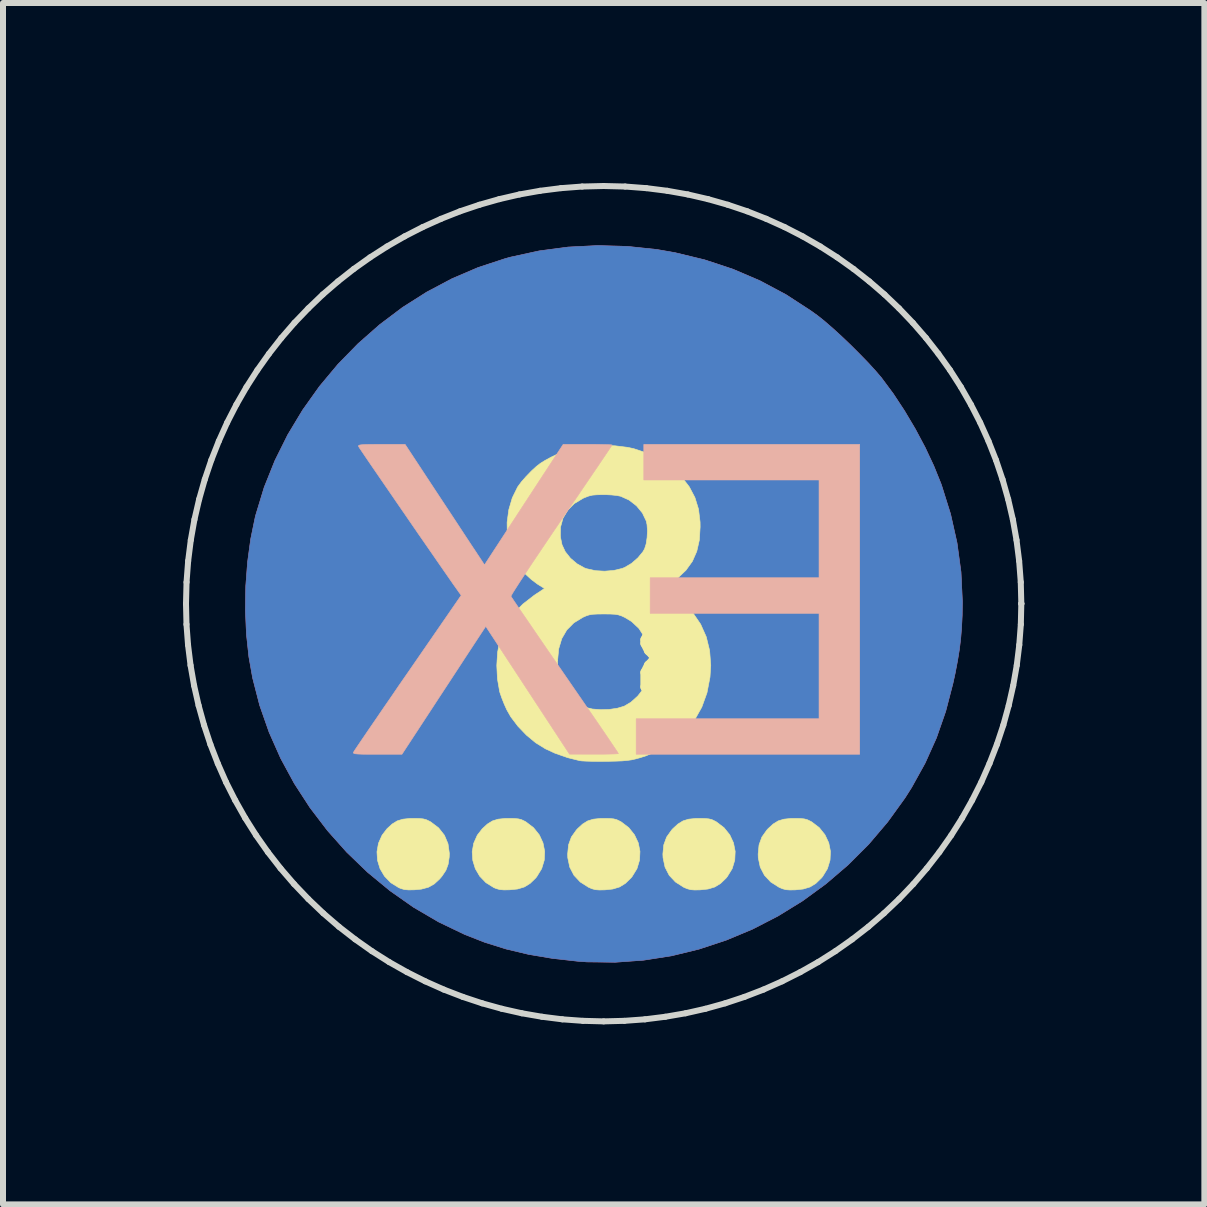
<source format=kicad_pcb>
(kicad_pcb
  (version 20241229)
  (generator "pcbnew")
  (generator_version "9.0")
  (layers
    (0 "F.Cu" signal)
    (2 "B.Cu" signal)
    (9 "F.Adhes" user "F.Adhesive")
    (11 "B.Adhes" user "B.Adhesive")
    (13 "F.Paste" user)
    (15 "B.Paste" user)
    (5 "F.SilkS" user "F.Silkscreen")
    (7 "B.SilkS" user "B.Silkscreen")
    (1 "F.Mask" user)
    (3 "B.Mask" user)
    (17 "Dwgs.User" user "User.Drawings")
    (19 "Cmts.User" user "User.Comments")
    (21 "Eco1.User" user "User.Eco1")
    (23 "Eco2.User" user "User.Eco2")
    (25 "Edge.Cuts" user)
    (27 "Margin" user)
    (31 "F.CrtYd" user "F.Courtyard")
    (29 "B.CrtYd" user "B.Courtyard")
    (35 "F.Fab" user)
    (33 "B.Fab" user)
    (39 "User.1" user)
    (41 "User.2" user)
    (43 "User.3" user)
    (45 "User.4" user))
  (footprint "8"
    (layer "F.Cu")
    (at 8.061 8.061)
    (property "Reference" "8" (at 0 0 0) (layer "F.SilkS") (effects (font (size 1.27 1.27) (thickness 0.15))))
    (attr through_hole)
    (fp_poly (pts (xy -0.654 -7.004) (xy -0.162 -6.952) (xy 0.141 -6.899) (xy 0.632 -6.78) (xy 1.104 -6.624) (xy 1.555 -6.431) (xy 1.988 -6.2) (xy 2.402 -5.931) (xy 2.517 -5.848) (xy 2.632 -5.756) (xy 2.767 -5.639) (xy 2.914 -5.505) (xy 3.067 -5.359) (xy 3.217 -5.209) (xy 3.358 -5.064) (xy 3.482 -4.928) (xy 3.582 -4.811) (xy 3.586 -4.805) (xy 3.776 -4.549) (xy 3.963 -4.265) (xy 4.143 -3.962) (xy 4.308 -3.652) (xy 4.452 -3.345) (xy 4.57 -3.053) (xy 4.58 -3.026) (xy 4.731 -2.544) (xy 4.839 -2.062) (xy 4.905 -1.577) (xy 4.928 -1.09) (xy 4.925 -0.857) (xy 4.915 -0.654) (xy 4.9 -0.468) (xy 4.878 -0.286) (xy 4.847 -0.096) (xy 4.807 0.113) (xy 4.771 0.278) (xy 4.65 0.744) (xy 4.496 1.186) (xy 4.307 1.607) (xy 4.082 2.013) (xy 3.971 2.188) (xy 3.683 2.587) (xy 3.366 2.96) (xy 3.022 3.304) (xy 2.654 3.619) (xy 2.265 3.903) (xy 1.856 4.155) (xy 1.431 4.374) (xy 0.991 4.558) (xy 0.54 4.707) (xy 0.08 4.819) (xy -0.387 4.892) (xy -0.858 4.926) (xy -1.331 4.92) (xy -1.482 4.909) (xy -1.908 4.861) (xy -2.303 4.794) (xy -2.676 4.705) (xy -3.033 4.593) (xy -3.365 4.463) (xy -3.8 4.254) (xy -4.217 4.01) (xy -4.612 3.733) (xy -4.984 3.426) (xy -5.331 3.092) (xy -5.651 2.733) (xy -5.943 2.35) (xy -6.204 1.948) (xy -6.432 1.528) (xy -6.625 1.093) (xy -6.782 0.645) (xy -6.9 0.187) (xy -6.962 -0.162) (xy -7.003 -0.543) (xy -7.02 -0.94) (xy -7.014 -1.343) (xy -6.984 -1.742) (xy -6.932 -2.126) (xy -6.858 -2.485) (xy -6.847 -2.529) (xy -6.707 -2.989) (xy -6.528 -3.435) (xy -6.314 -3.865) (xy -6.066 -4.277) (xy -5.787 -4.669) (xy -5.479 -5.038) (xy -5.143 -5.382) (xy -4.783 -5.699) (xy -4.401 -5.987) (xy -3.997 -6.243) (xy -3.576 -6.466) (xy -3.139 -6.653) (xy -2.688 -6.801) (xy -2.596 -6.826) (xy -2.124 -6.929) (xy -1.64 -6.993) (xy -1.148 -7.018) (xy -0.654 -7.004)) (stroke (width 0.01) (type solid)) (fill yes) (layer "F.Cu"))
    (fp_poly (pts (xy -0.654 -7.004) (xy -0.162 -6.952) (xy 0.141 -6.899) (xy 0.632 -6.78) (xy 1.104 -6.624) (xy 1.555 -6.431) (xy 1.988 -6.2) (xy 2.402 -5.931) (xy 2.517 -5.848) (xy 2.632 -5.756) (xy 2.767 -5.639) (xy 2.914 -5.505) (xy 3.067 -5.359) (xy 3.217 -5.209) (xy 3.358 -5.064) (xy 3.482 -4.928) (xy 3.582 -4.811) (xy 3.586 -4.805) (xy 3.776 -4.549) (xy 3.963 -4.265) (xy 4.143 -3.962) (xy 4.308 -3.652) (xy 4.452 -3.345) (xy 4.57 -3.053) (xy 4.58 -3.026) (xy 4.731 -2.544) (xy 4.839 -2.062) (xy 4.905 -1.577) (xy 4.928 -1.09) (xy 4.925 -0.857) (xy 4.915 -0.654) (xy 4.9 -0.468) (xy 4.878 -0.286) (xy 4.847 -0.096) (xy 4.807 0.113) (xy 4.771 0.278) (xy 4.65 0.744) (xy 4.496 1.186) (xy 4.307 1.607) (xy 4.082 2.013) (xy 3.971 2.188) (xy 3.683 2.587) (xy 3.366 2.96) (xy 3.022 3.304) (xy 2.654 3.619) (xy 2.265 3.903) (xy 1.856 4.155) (xy 1.431 4.374) (xy 0.991 4.558) (xy 0.54 4.707) (xy 0.08 4.819) (xy -0.387 4.892) (xy -0.858 4.926) (xy -1.331 4.92) (xy -1.482 4.909) (xy -1.908 4.861) (xy -2.303 4.794) (xy -2.676 4.705) (xy -3.033 4.593) (xy -3.365 4.463) (xy -3.8 4.254) (xy -4.217 4.01) (xy -4.612 3.733) (xy -4.984 3.426) (xy -5.331 3.092) (xy -5.651 2.733) (xy -5.943 2.35) (xy -6.204 1.948) (xy -6.432 1.528) (xy -6.625 1.093) (xy -6.782 0.645) (xy -6.9 0.187) (xy -6.962 -0.162) (xy -7.003 -0.543) (xy -7.02 -0.94) (xy -7.014 -1.343) (xy -6.984 -1.742) (xy -6.932 -2.126) (xy -6.858 -2.485) (xy -6.847 -2.529) (xy -6.707 -2.989) (xy -6.528 -3.435) (xy -6.314 -3.865) (xy -6.066 -4.277) (xy -5.787 -4.669) (xy -5.479 -5.038) (xy -5.143 -5.382) (xy -4.783 -5.699) (xy -4.401 -5.987) (xy -3.997 -6.243) (xy -3.576 -6.466) (xy -3.139 -6.653) (xy -2.688 -6.801) (xy -2.596 -6.826) (xy -2.124 -6.929) (xy -1.64 -6.993) (xy -1.148 -7.018) (xy -0.654 -7.004)) (stroke (width 0.01) (type solid)) (fill yes) (layer "B.Cu"))
    (fp_poly (pts (xy -2.539 2.531) (xy -2.472 2.537) (xy -2.42 2.55) (xy -2.37 2.574) (xy -2.346 2.587) (xy -2.219 2.684) (xy -2.123 2.803) (xy -2.061 2.937) (xy -2.033 3.079) (xy -2.04 3.225) (xy -2.083 3.367) (xy -2.164 3.499) (xy -2.184 3.524) (xy -2.276 3.613) (xy -2.372 3.672) (xy -2.485 3.706) (xy -2.614 3.719) (xy -2.711 3.721) (xy -2.782 3.715) (xy -2.842 3.698) (xy -2.879 3.683) (xy -3.012 3.6) (xy -3.116 3.492) (xy -3.189 3.367) (xy -3.231 3.229) (xy -3.241 3.086) (xy -3.216 2.944) (xy -3.156 2.809) (xy -3.073 2.702) (xy -2.987 2.623) (xy -2.903 2.571) (xy -2.809 2.542) (xy -2.69 2.53) (xy -2.635 2.53) (xy -2.539 2.531)) (stroke (width 0.01) (type solid)) (fill yes) (layer "F.SilkS"))
    (fp_poly (pts (xy -4.127 2.531) (xy -4.059 2.537) (xy -4.008 2.55) (xy -3.958 2.574) (xy -3.933 2.587) (xy -3.801 2.687) (xy -3.704 2.81) (xy -3.644 2.952) (xy -3.622 3.111) (xy -3.624 3.173) (xy -3.642 3.294) (xy -3.679 3.394) (xy -3.743 3.49) (xy -3.783 3.538) (xy -3.874 3.622) (xy -3.972 3.677) (xy -4.088 3.708) (xy -4.202 3.719) (xy -4.299 3.721) (xy -4.37 3.715) (xy -4.429 3.698) (xy -4.466 3.683) (xy -4.599 3.6) (xy -4.703 3.492) (xy -4.777 3.367) (xy -4.819 3.229) (xy -4.828 3.086) (xy -4.803 2.944) (xy -4.743 2.809) (xy -4.661 2.702) (xy -4.575 2.623) (xy -4.491 2.571) (xy -4.396 2.542) (xy -4.278 2.53) (xy -4.223 2.53) (xy -4.127 2.531)) (stroke (width 0.01) (type solid)) (fill yes) (layer "F.SilkS"))
    (fp_poly (pts (xy -0.952 2.531) (xy -0.884 2.537) (xy -0.833 2.55) (xy -0.783 2.574) (xy -0.758 2.587) (xy -0.631 2.684) (xy -0.536 2.803) (xy -0.473 2.937) (xy -0.445 3.079) (xy -0.452 3.225) (xy -0.495 3.367) (xy -0.576 3.499) (xy -0.597 3.524) (xy -0.689 3.613) (xy -0.785 3.672) (xy -0.898 3.706) (xy -1.027 3.72) (xy -1.12 3.722) (xy -1.188 3.717) (xy -1.246 3.701) (xy -1.302 3.677) (xy -1.44 3.589) (xy -1.545 3.477) (xy -1.615 3.342) (xy -1.648 3.186) (xy -1.65 3.122) (xy -1.635 2.97) (xy -1.588 2.84) (xy -1.505 2.723) (xy -1.486 2.702) (xy -1.4 2.623) (xy -1.316 2.571) (xy -1.221 2.542) (xy -1.103 2.53) (xy -1.048 2.53) (xy -0.952 2.531)) (stroke (width 0.01) (type solid)) (fill yes) (layer "F.SilkS"))
    (fp_poly (pts (xy 0.636 2.531) (xy 0.703 2.537) (xy 0.755 2.55) (xy 0.805 2.574) (xy 0.829 2.587) (xy 0.956 2.684) (xy 1.052 2.803) (xy 1.114 2.937) (xy 1.142 3.079) (xy 1.135 3.225) (xy 1.092 3.367) (xy 1.011 3.499) (xy 0.991 3.524) (xy 0.899 3.613) (xy 0.803 3.672) (xy 0.69 3.706) (xy 0.561 3.72) (xy 0.467 3.722) (xy 0.4 3.717) (xy 0.342 3.701) (xy 0.285 3.677) (xy 0.147 3.589) (xy 0.042 3.477) (xy -0.027 3.342) (xy -0.06 3.186) (xy -0.063 3.122) (xy -0.048 2.97) (xy -0.000322 2.84) (xy 0.083 2.723) (xy 0.102 2.702) (xy 0.188 2.623) (xy 0.272 2.571) (xy 0.366 2.542) (xy 0.485 2.53) (xy 0.54 2.53) (xy 0.636 2.531)) (stroke (width 0.01) (type solid)) (fill yes) (layer "F.SilkS"))
    (fp_poly (pts (xy 2.223 2.531) (xy 2.291 2.537) (xy 2.342 2.55) (xy 2.392 2.574) (xy 2.417 2.587) (xy 2.544 2.684) (xy 2.639 2.803) (xy 2.702 2.937) (xy 2.73 3.079) (xy 2.723 3.225) (xy 2.68 3.367) (xy 2.599 3.499) (xy 2.578 3.524) (xy 2.486 3.613) (xy 2.39 3.672) (xy 2.277 3.706) (xy 2.148 3.72) (xy 2.055 3.722) (xy 1.987 3.717) (xy 1.929 3.701) (xy 1.873 3.677) (xy 1.735 3.589) (xy 1.63 3.477) (xy 1.56 3.342) (xy 1.527 3.186) (xy 1.525 3.122) (xy 1.54 2.97) (xy 1.587 2.84) (xy 1.67 2.723) (xy 1.689 2.702) (xy 1.775 2.623) (xy 1.859 2.571) (xy 1.954 2.542) (xy 2.072 2.53) (xy 2.127 2.53) (xy 2.223 2.531)) (stroke (width 0.01) (type solid)) (fill yes) (layer "F.SilkS"))
    (fp_poly (pts (xy -0.86 -3.681) (xy -0.649 -3.655) (xy -0.548 -3.633) (xy -0.299 -3.55) (xy -0.075 -3.435) (xy 0.123 -3.289) (xy 0.243 -3.171) (xy 0.376 -2.999) (xy 0.471 -2.819) (xy 0.531 -2.625) (xy 0.557 -2.41) (xy 0.558 -2.328) (xy 0.545 -2.111) (xy 0.502 -1.922) (xy 0.429 -1.756) (xy 0.321 -1.606) (xy 0.176 -1.469) (xy 0.08 -1.397) (xy -0.062 -1.297) (xy 0.065 -1.218) (xy 0.267 -1.07) (xy 0.435 -0.9) (xy 0.566 -0.708) (xy 0.66 -0.497) (xy 0.716 -0.268) (xy 0.735 -0.022) (xy 0.722 0.176) (xy 0.672 0.436) (xy 0.586 0.674) (xy 0.466 0.888) (xy 0.312 1.077) (xy 0.126 1.24) (xy -0.092 1.376) (xy -0.339 1.484) (xy -0.438 1.516) (xy -0.514 1.537) (xy -0.584 1.553) (xy -0.657 1.563) (xy -0.743 1.571) (xy -0.853 1.575) (xy -0.984 1.578) (xy -1.112 1.579) (xy -1.233 1.578) (xy -1.337 1.575) (xy -1.415 1.571) (xy -1.447 1.567) (xy -1.652 1.516) (xy -1.863 1.442) (xy -2.021 1.369) (xy -2.181 1.27) (xy -2.337 1.141) (xy -2.478 0.994) (xy -2.597 0.837) (xy -2.664 0.72) (xy -2.708 0.622) (xy -2.748 0.521) (xy -2.778 0.434) (xy -2.784 0.413) (xy -2.82 0.204) (xy -2.831 -0.019) (xy -2.826 -0.101) (xy -1.818 -0.101) (xy -1.817 -0.02) (xy -1.811 0.082) (xy -1.802 0.157) (xy -1.786 0.218) (xy -1.759 0.283) (xy -1.735 0.33) (xy -1.637 0.478) (xy -1.515 0.592) (xy -1.368 0.672) (xy -1.353 0.678) (xy -1.239 0.706) (xy -1.102 0.717) (xy -0.958 0.713) (xy -0.821 0.693) (xy -0.707 0.659) (xy -0.704 0.657) (xy -0.596 0.593) (xy -0.486 0.494) (xy -0.476 0.483) (xy -0.379 0.357) (xy -0.316 0.222) (xy -0.284 0.07) (xy -0.28 -0.108) (xy -0.281 -0.124) (xy -0.309 -0.322) (xy -0.37 -0.493) (xy -0.462 -0.637) (xy -0.584 -0.752) (xy -0.694 -0.819) (xy -0.752 -0.846) (xy -0.804 -0.863) (xy -0.861 -0.873) (xy -0.936 -0.877) (xy -1.04 -0.878) (xy -1.048 -0.878) (xy -1.155 -0.877) (xy -1.232 -0.873) (xy -1.291 -0.863) (xy -1.343 -0.846) (xy -1.397 -0.822) (xy -1.547 -0.73) (xy -1.664 -0.612) (xy -1.748 -0.468) (xy -1.799 -0.298) (xy -1.818 -0.101) (xy -2.826 -0.101) (xy -2.817 -0.243) (xy -2.777 -0.454) (xy -2.75 -0.545) (xy -2.669 -0.718) (xy -2.55 -0.886) (xy -2.395 -1.044) (xy -2.208 -1.189) (xy -2.183 -1.206) (xy -2.036 -1.303) (xy -2.153 -1.376) (xy -2.253 -1.451) (xy -2.356 -1.545) (xy -2.45 -1.649) (xy -2.525 -1.75) (xy -2.559 -1.81) (xy -2.624 -1.994) (xy -2.652 -2.165) (xy -1.771 -2.165) (xy -1.744 -2.032) (xy -1.69 -1.916) (xy -1.603 -1.807) (xy -1.493 -1.714) (xy -1.369 -1.645) (xy -1.332 -1.632) (xy -1.19 -1.6) (xy -1.034 -1.591) (xy -0.879 -1.604) (xy -0.741 -1.637) (xy -0.697 -1.655) (xy -0.584 -1.722) (xy -0.48 -1.813) (xy -0.397 -1.913) (xy -0.368 -1.963) (xy -0.342 -2.045) (xy -0.326 -2.151) (xy -0.32 -2.264) (xy -0.327 -2.367) (xy -0.34 -2.427) (xy -0.404 -2.561) (xy -0.502 -2.68) (xy -0.625 -2.776) (xy -0.764 -2.839) (xy -0.771 -2.841) (xy -0.832 -2.853) (xy -0.919 -2.862) (xy -1.018 -2.867) (xy -1.058 -2.867) (xy -1.16 -2.865) (xy -1.235 -2.859) (xy -1.298 -2.844) (xy -1.363 -2.819) (xy -1.393 -2.806) (xy -1.538 -2.719) (xy -1.65 -2.606) (xy -1.728 -2.474) (xy -1.769 -2.325) (xy -1.771 -2.165) (xy -2.652 -2.165) (xy -2.657 -2.196) (xy -2.659 -2.407) (xy -2.631 -2.615) (xy -2.573 -2.813) (xy -2.486 -2.99) (xy -2.478 -3.003) (xy -2.421 -3.08) (xy -2.342 -3.17) (xy -2.254 -3.261) (xy -2.168 -3.34) (xy -2.104 -3.389) (xy -2.027 -3.437) (xy -1.927 -3.491) (xy -1.822 -3.542) (xy -1.729 -3.582) (xy -1.705 -3.591) (xy -1.519 -3.642) (xy -1.308 -3.674) (xy -1.084 -3.688) (xy -0.86 -3.681)) (stroke (width 0.01) (type solid)) (fill yes) (layer "F.SilkS"))
    (fp_poly (pts (xy 3.217 1.46) (xy -0.508 1.46) (xy -0.508 0.868) (xy 2.54 0.868) (xy 2.54 -0.889) (xy -0.275 -0.889) (xy -0.275 -1.482) (xy 2.54 -1.482) (xy 2.54 -3.111) (xy -0.381 -3.111) (xy -0.381 -3.704) (xy 3.217 -3.704) (xy 3.217 1.46)) (stroke (width 0.01) (type solid)) (fill yes) (layer "B.SilkS"))
    (fp_poly (pts (xy -3.882 -2.979) (xy -3.77 -2.809) (xy -3.657 -2.638) (xy -3.548 -2.473) (xy -3.447 -2.319) (xy -3.357 -2.182) (xy -3.282 -2.068) (xy -3.226 -1.983) (xy -3.22 -1.975) (xy -3.036 -1.696) (xy -2.381 -2.7) (xy -1.725 -3.704) (xy -1.318 -3.704) (xy -1.192 -3.704) (xy -1.081 -3.702) (xy -0.993 -3.7) (xy -0.934 -3.698) (xy -0.91 -3.695) (xy -0.91 -3.695) (xy -0.922 -3.676) (xy -0.955 -3.626) (xy -1.009 -3.545) (xy -1.081 -3.439) (xy -1.169 -3.308) (xy -1.272 -3.157) (xy -1.387 -2.988) (xy -1.512 -2.803) (xy -1.647 -2.606) (xy -1.758 -2.443) (xy -1.898 -2.237) (xy -2.03 -2.041) (xy -2.153 -1.858) (xy -2.265 -1.691) (xy -2.363 -1.542) (xy -2.447 -1.414) (xy -2.514 -1.31) (xy -2.562 -1.234) (xy -2.589 -1.187) (xy -2.595 -1.173) (xy -2.582 -1.152) (xy -2.546 -1.098) (xy -2.49 -1.015) (xy -2.416 -0.906) (xy -2.325 -0.774) (xy -2.22 -0.62) (xy -2.102 -0.448) (xy -1.974 -0.261) (xy -1.836 -0.061) (xy -1.695 0.144) (xy -1.551 0.353) (xy -1.414 0.552) (xy -1.286 0.738) (xy -1.169 0.908) (xy -1.065 1.06) (xy -0.976 1.191) (xy -0.904 1.298) (xy -0.85 1.378) (xy -0.816 1.429) (xy -0.804 1.448) (xy -0.824 1.452) (xy -0.88 1.455) (xy -0.966 1.457) (xy -1.074 1.459) (xy -1.199 1.459) (xy -1.212 1.459) (xy -1.619 1.458) (xy -2.317 0.393) (xy -3.015 -0.672) (xy -3.281 -0.267) (xy -3.358 -0.15) (xy -3.453 -0.004) (xy -3.561 0.161) (xy -3.677 0.338) (xy -3.796 0.519) (xy -3.912 0.697) (xy -3.979 0.799) (xy -4.412 1.46) (xy -4.822 1.46) (xy -4.965 1.46) (xy -5.07 1.459) (xy -5.143 1.456) (xy -5.189 1.452) (xy -5.214 1.445) (xy -5.222 1.435) (xy -5.22 1.429) (xy -5.207 1.406) (xy -5.171 1.352) (xy -5.115 1.269) (xy -5.04 1.159) (xy -4.949 1.025) (xy -4.843 0.871) (xy -4.725 0.698) (xy -4.596 0.511) (xy -4.459 0.31) (xy -4.316 0.104) (xy -3.424 -1.189) (xy -3.465 -1.245) (xy -3.498 -1.292) (xy -3.551 -1.366) (xy -3.62 -1.466) (xy -3.705 -1.588) (xy -3.802 -1.728) (xy -3.909 -1.883) (xy -4.024 -2.049) (xy -4.144 -2.222) (xy -4.267 -2.401) (xy -4.39 -2.58) (xy -4.512 -2.757) (xy -4.629 -2.928) (xy -4.74 -3.089) (xy -4.842 -3.238) (xy -4.933 -3.37) (xy -5.009 -3.482) (xy -5.07 -3.572) (xy -5.112 -3.634) (xy -5.133 -3.667) (xy -5.135 -3.67) (xy -5.136 -3.682) (xy -5.124 -3.691) (xy -5.095 -3.697) (xy -5.043 -3.701) (xy -4.963 -3.703) (xy -4.849 -3.704) (xy -4.753 -3.704) (xy -4.359 -3.704) (xy -3.882 -2.979)) (stroke (width 0.01) (type solid)) (fill yes) (layer "B.SilkS"))
    (fp_line (start -8.011 -1.05) (end -8.002 -1.408) (stroke (width 0.1) (type solid)) (layer "Edge.Cuts"))
    (fp_line (start -8.003 -0.705) (end -8.011 -1.05) (stroke (width 0.1) (type solid)) (layer "Edge.Cuts"))
    (fp_line (start -8.002 -1.408) (end -7.975 -1.762) (stroke (width 0.1) (type solid)) (layer "Edge.Cuts"))
    (fp_line (start -7.977 -0.362) (end -8.003 -0.705) (stroke (width 0.1) (type solid)) (layer "Edge.Cuts"))
    (fp_line (start -7.975 -1.762) (end -7.931 -2.11) (stroke (width 0.1) (type solid)) (layer "Edge.Cuts"))
    (fp_line (start -7.935 -0.022) (end -7.977 -0.362) (stroke (width 0.1) (type solid)) (layer "Edge.Cuts"))
    (fp_line (start -7.931 -2.11) (end -7.87 -2.453) (stroke (width 0.1) (type solid)) (layer "Edge.Cuts"))
    (fp_line (start -7.876 0.315) (end -7.935 -0.022) (stroke (width 0.1) (type solid)) (layer "Edge.Cuts"))
    (fp_line (start -7.87 -2.453) (end -7.792 -2.789) (stroke (width 0.1) (type solid)) (layer "Edge.Cuts"))
    (fp_line (start -7.801 0.647) (end -7.876 0.315) (stroke (width 0.1) (type solid)) (layer "Edge.Cuts"))
    (fp_line (start -7.792 -2.789) (end -7.698 -3.12) (stroke (width 0.1) (type solid)) (layer "Edge.Cuts"))
    (fp_line (start -7.71 0.975) (end -7.801 0.647) (stroke (width 0.1) (type solid)) (layer "Edge.Cuts"))
    (fp_line (start -7.698 -3.12) (end -7.589 -3.443) (stroke (width 0.1) (type solid)) (layer "Edge.Cuts"))
    (fp_line (start -7.604 1.297) (end -7.71 0.975) (stroke (width 0.1) (type solid)) (layer "Edge.Cuts"))
    (fp_line (start -7.589 -3.443) (end -7.464 -3.759) (stroke (width 0.1) (type solid)) (layer "Edge.Cuts"))
    (fp_line (start -7.481 1.614) (end -7.604 1.297) (stroke (width 0.1) (type solid)) (layer "Edge.Cuts"))
    (fp_line (start -7.464 -3.759) (end -7.325 -4.068) (stroke (width 0.1) (type solid)) (layer "Edge.Cuts"))
    (fp_line (start -7.344 1.925) (end -7.481 1.614) (stroke (width 0.1) (type solid)) (layer "Edge.Cuts"))
    (fp_line (start -7.325 -4.068) (end -7.171 -4.368) (stroke (width 0.1) (type solid)) (layer "Edge.Cuts"))
    (fp_line (start -7.191 2.228) (end -7.344 1.925) (stroke (width 0.1) (type solid)) (layer "Edge.Cuts"))
    (fp_line (start -7.171 -4.368) (end -7.003 -4.66) (stroke (width 0.1) (type solid)) (layer "Edge.Cuts"))
    (fp_line (start -7.024 2.524) (end -7.191 2.228) (stroke (width 0.1) (type solid)) (layer "Edge.Cuts"))
    (fp_line (start -7.003 -4.66) (end -6.822 -4.942) (stroke (width 0.1) (type solid)) (layer "Edge.Cuts"))
    (fp_line (start -6.842 2.812) (end -7.024 2.524) (stroke (width 0.1) (type solid)) (layer "Edge.Cuts"))
    (fp_line (start -6.822 -4.942) (end -6.628 -5.215) (stroke (width 0.1) (type solid)) (layer "Edge.Cuts"))
    (fp_line (start -6.645 3.092) (end -6.842 2.812) (stroke (width 0.1) (type solid)) (layer "Edge.Cuts"))
    (fp_line (start -6.628 -5.215) (end -6.422 -5.478) (stroke (width 0.1) (type solid)) (layer "Edge.Cuts"))
    (fp_line (start -6.435 3.362) (end -6.645 3.092) (stroke (width 0.1) (type solid)) (layer "Edge.Cuts"))
    (fp_line (start -6.422 -5.478) (end -6.203 -5.731) (stroke (width 0.1) (type solid)) (layer "Edge.Cuts"))
    (fp_line (start -6.21 3.623) (end -6.435 3.362) (stroke (width 0.1) (type solid)) (layer "Edge.Cuts"))
    (fp_line (start -6.203 -5.731) (end -5.972 -5.972) (stroke (width 0.1) (type solid)) (layer "Edge.Cuts"))
    (fp_line (start -5.972 -5.972) (end -5.731 -6.203) (stroke (width 0.1) (type solid)) (layer "Edge.Cuts"))
    (fp_line (start -5.972 3.873) (end -6.21 3.623) (stroke (width 0.1) (type solid)) (layer "Edge.Cuts"))
    (fp_line (start -5.731 -6.203) (end -5.478 -6.421) (stroke (width 0.1) (type solid)) (layer "Edge.Cuts"))
    (fp_line (start -5.722 4.111) (end -5.972 3.873) (stroke (width 0.1) (type solid)) (layer "Edge.Cuts"))
    (fp_line (start -5.478 -6.421) (end -5.215 -6.628) (stroke (width 0.1) (type solid)) (layer "Edge.Cuts"))
    (fp_line (start -5.462 4.335) (end -5.722 4.111) (stroke (width 0.1) (type solid)) (layer "Edge.Cuts"))
    (fp_line (start -5.215 -6.628) (end -4.942 -6.822) (stroke (width 0.1) (type solid)) (layer "Edge.Cuts"))
    (fp_line (start -5.191 4.545) (end -5.462 4.335) (stroke (width 0.1) (type solid)) (layer "Edge.Cuts"))
    (fp_line (start -4.942 -6.822) (end -4.66 -7.003) (stroke (width 0.1) (type solid)) (layer "Edge.Cuts"))
    (fp_line (start -4.912 4.742) (end -5.191 4.545) (stroke (width 0.1) (type solid)) (layer "Edge.Cuts"))
    (fp_line (start -4.66 -7.003) (end -4.368 -7.171) (stroke (width 0.1) (type solid)) (layer "Edge.Cuts"))
    (fp_line (start -4.624 4.924) (end -4.912 4.742) (stroke (width 0.1) (type solid)) (layer "Edge.Cuts"))
    (fp_line (start -4.368 -7.171) (end -4.068 -7.325) (stroke (width 0.1) (type solid)) (layer "Edge.Cuts"))
    (fp_line (start -4.328 5.091) (end -4.624 4.924) (stroke (width 0.1) (type solid)) (layer "Edge.Cuts"))
    (fp_line (start -4.068 -7.325) (end -3.76 -7.464) (stroke (width 0.1) (type solid)) (layer "Edge.Cuts"))
    (fp_line (start -4.024 5.244) (end -4.328 5.091) (stroke (width 0.1) (type solid)) (layer "Edge.Cuts"))
    (fp_line (start -3.76 -7.464) (end -3.444 -7.589) (stroke (width 0.1) (type solid)) (layer "Edge.Cuts"))
    (fp_line (start -3.714 5.382) (end -4.024 5.244) (stroke (width 0.1) (type solid)) (layer "Edge.Cuts"))
    (fp_line (start -3.444 -7.589) (end -3.12 -7.698) (stroke (width 0.1) (type solid)) (layer "Edge.Cuts"))
    (fp_line (start -3.397 5.504) (end -3.714 5.382) (stroke (width 0.1) (type solid)) (layer "Edge.Cuts"))
    (fp_line (start -3.12 -7.698) (end -2.79 -7.792) (stroke (width 0.1) (type solid)) (layer "Edge.Cuts"))
    (fp_line (start -3.075 5.611) (end -3.397 5.504) (stroke (width 0.1) (type solid)) (layer "Edge.Cuts"))
    (fp_line (start -2.79 -7.792) (end -2.453 -7.87) (stroke (width 0.1) (type solid)) (layer "Edge.Cuts"))
    (fp_line (start -2.747 5.702) (end -3.075 5.611) (stroke (width 0.1) (type solid)) (layer "Edge.Cuts"))
    (fp_line (start -2.453 -7.87) (end -2.11 -7.931) (stroke (width 0.1) (type solid)) (layer "Edge.Cuts"))
    (fp_line (start -2.414 5.777) (end -2.747 5.702) (stroke (width 0.1) (type solid)) (layer "Edge.Cuts"))
    (fp_line (start -2.11 -7.931) (end -1.762 -7.975) (stroke (width 0.1) (type solid)) (layer "Edge.Cuts"))
    (fp_line (start -2.078 5.835) (end -2.414 5.777) (stroke (width 0.1) (type solid)) (layer "Edge.Cuts"))
    (fp_line (start -1.762 -7.975) (end -1.408 -8.002) (stroke (width 0.1) (type solid)) (layer "Edge.Cuts"))
    (fp_line (start -1.738 5.878) (end -2.078 5.835) (stroke (width 0.1) (type solid)) (layer "Edge.Cuts"))
    (fp_line (start -1.408 -8.002) (end -1.05 -8.011) (stroke (width 0.1) (type solid)) (layer "Edge.Cuts"))
    (fp_line (start -1.395 5.903) (end -1.738 5.878) (stroke (width 0.1) (type solid)) (layer "Edge.Cuts"))
    (fp_line (start -1.05 -8.011) (end -0.692 -8.002) (stroke (width 0.1) (type solid)) (layer "Edge.Cuts"))
    (fp_line (start -1.05 5.912) (end -1.395 5.903) (stroke (width 0.1) (type solid)) (layer "Edge.Cuts"))
    (fp_line (start -0.705 5.903) (end -1.05 5.912) (stroke (width 0.1) (type solid)) (layer "Edge.Cuts"))
    (fp_line (start -0.692 -8.002) (end -0.338 -7.975) (stroke (width 0.1) (type solid)) (layer "Edge.Cuts"))
    (fp_line (start -0.362 5.878) (end -0.705 5.903) (stroke (width 0.1) (type solid)) (layer "Edge.Cuts"))
    (fp_line (start -0.338 -7.975) (end 0.01 -7.931) (stroke (width 0.1) (type solid)) (layer "Edge.Cuts"))
    (fp_line (start -0.022 5.835) (end -0.362 5.878) (stroke (width 0.1) (type solid)) (layer "Edge.Cuts"))
    (fp_line (start 0.01 -7.931) (end 0.353 -7.87) (stroke (width 0.1) (type solid)) (layer "Edge.Cuts"))
    (fp_line (start 0.315 5.777) (end -0.022 5.835) (stroke (width 0.1) (type solid)) (layer "Edge.Cuts"))
    (fp_line (start 0.353 -7.87) (end 0.69 -7.792) (stroke (width 0.1) (type solid)) (layer "Edge.Cuts"))
    (fp_line (start 0.647 5.702) (end 0.315 5.777) (stroke (width 0.1) (type solid)) (layer "Edge.Cuts"))
    (fp_line (start 0.69 -7.792) (end 1.02 -7.698) (stroke (width 0.1) (type solid)) (layer "Edge.Cuts"))
    (fp_line (start 0.975 5.611) (end 0.647 5.702) (stroke (width 0.1) (type solid)) (layer "Edge.Cuts"))
    (fp_line (start 1.02 -7.698) (end 1.344 -7.589) (stroke (width 0.1) (type solid)) (layer "Edge.Cuts"))
    (fp_line (start 1.297 5.504) (end 0.975 5.611) (stroke (width 0.1) (type solid)) (layer "Edge.Cuts"))
    (fp_line (start 1.344 -7.589) (end 1.66 -7.464) (stroke (width 0.1) (type solid)) (layer "Edge.Cuts"))
    (fp_line (start 1.614 5.382) (end 1.297 5.504) (stroke (width 0.1) (type solid)) (layer "Edge.Cuts"))
    (fp_line (start 1.66 -7.464) (end 1.968 -7.325) (stroke (width 0.1) (type solid)) (layer "Edge.Cuts"))
    (fp_line (start 1.925 5.244) (end 1.614 5.382) (stroke (width 0.1) (type solid)) (layer "Edge.Cuts"))
    (fp_line (start 1.968 -7.325) (end 2.268 -7.171) (stroke (width 0.1) (type solid)) (layer "Edge.Cuts"))
    (fp_line (start 2.228 5.091) (end 1.925 5.244) (stroke (width 0.1) (type solid)) (layer "Edge.Cuts"))
    (fp_line (start 2.268 -7.171) (end 2.56 -7.003) (stroke (width 0.1) (type solid)) (layer "Edge.Cuts"))
    (fp_line (start 2.524 4.924) (end 2.228 5.091) (stroke (width 0.1) (type solid)) (layer "Edge.Cuts"))
    (fp_line (start 2.56 -7.003) (end 2.842 -6.822) (stroke (width 0.1) (type solid)) (layer "Edge.Cuts"))
    (fp_line (start 2.812 4.742) (end 2.524 4.924) (stroke (width 0.1) (type solid)) (layer "Edge.Cuts"))
    (fp_line (start 2.842 -6.822) (end 3.115 -6.628) (stroke (width 0.1) (type solid)) (layer "Edge.Cuts"))
    (fp_line (start 3.092 4.545) (end 2.812 4.742) (stroke (width 0.1) (type solid)) (layer "Edge.Cuts"))
    (fp_line (start 3.115 -6.628) (end 3.378 -6.421) (stroke (width 0.1) (type solid)) (layer "Edge.Cuts"))
    (fp_line (start 3.362 4.335) (end 3.092 4.545) (stroke (width 0.1) (type solid)) (layer "Edge.Cuts"))
    (fp_line (start 3.378 -6.421) (end 3.631 -6.203) (stroke (width 0.1) (type solid)) (layer "Edge.Cuts"))
    (fp_line (start 3.622 4.111) (end 3.362 4.335) (stroke (width 0.1) (type solid)) (layer "Edge.Cuts"))
    (fp_line (start 3.631 -6.203) (end 3.873 -5.972) (stroke (width 0.1) (type solid)) (layer "Edge.Cuts"))
    (fp_line (start 3.873 -5.972) (end 4.103 -5.731) (stroke (width 0.1) (type solid)) (layer "Edge.Cuts"))
    (fp_line (start 3.873 3.873) (end 3.622 4.111) (stroke (width 0.1) (type solid)) (layer "Edge.Cuts"))
    (fp_line (start 4.103 -5.731) (end 4.322 -5.478) (stroke (width 0.1) (type solid)) (layer "Edge.Cuts"))
    (fp_line (start 4.111 3.623) (end 3.873 3.873) (stroke (width 0.1) (type solid)) (layer "Edge.Cuts"))
    (fp_line (start 4.322 -5.478) (end 4.528 -5.215) (stroke (width 0.1) (type solid)) (layer "Edge.Cuts"))
    (fp_line (start 4.335 3.362) (end 4.111 3.623) (stroke (width 0.1) (type solid)) (layer "Edge.Cuts"))
    (fp_line (start 4.528 -5.215) (end 4.723 -4.942) (stroke (width 0.1) (type solid)) (layer "Edge.Cuts"))
    (fp_line (start 4.545 3.092) (end 4.335 3.362) (stroke (width 0.1) (type solid)) (layer "Edge.Cuts"))
    (fp_line (start 4.723 -4.942) (end 4.904 -4.66) (stroke (width 0.1) (type solid)) (layer "Edge.Cuts"))
    (fp_line (start 4.742 2.812) (end 4.545 3.092) (stroke (width 0.1) (type solid)) (layer "Edge.Cuts"))
    (fp_line (start 4.904 -4.66) (end 5.071 -4.368) (stroke (width 0.1) (type solid)) (layer "Edge.Cuts"))
    (fp_line (start 4.924 2.524) (end 4.742 2.812) (stroke (width 0.1) (type solid)) (layer "Edge.Cuts"))
    (fp_line (start 5.071 -4.368) (end 5.225 -4.068) (stroke (width 0.1) (type solid)) (layer "Edge.Cuts"))
    (fp_line (start 5.091 2.228) (end 4.924 2.524) (stroke (width 0.1) (type solid)) (layer "Edge.Cuts"))
    (fp_line (start 5.225 -4.068) (end 5.364 -3.759) (stroke (width 0.1) (type solid)) (layer "Edge.Cuts"))
    (fp_line (start 5.244 1.925) (end 5.091 2.228) (stroke (width 0.1) (type solid)) (layer "Edge.Cuts"))
    (fp_line (start 5.364 -3.759) (end 5.489 -3.443) (stroke (width 0.1) (type solid)) (layer "Edge.Cuts"))
    (fp_line (start 5.381 1.614) (end 5.244 1.925) (stroke (width 0.1) (type solid)) (layer "Edge.Cuts"))
    (fp_line (start 5.489 -3.443) (end 5.598 -3.12) (stroke (width 0.1) (type solid)) (layer "Edge.Cuts"))
    (fp_line (start 5.504 1.297) (end 5.381 1.614) (stroke (width 0.1) (type solid)) (layer "Edge.Cuts"))
    (fp_line (start 5.598 -3.12) (end 5.692 -2.789) (stroke (width 0.1) (type solid)) (layer "Edge.Cuts"))
    (fp_line (start 5.611 0.975) (end 5.504 1.297) (stroke (width 0.1) (type solid)) (layer "Edge.Cuts"))
    (fp_line (start 5.692 -2.789) (end 5.77 -2.453) (stroke (width 0.1) (type solid)) (layer "Edge.Cuts"))
    (fp_line (start 5.701 0.647) (end 5.611 0.975) (stroke (width 0.1) (type solid)) (layer "Edge.Cuts"))
    (fp_line (start 5.77 -2.453) (end 5.831 -2.11) (stroke (width 0.1) (type solid)) (layer "Edge.Cuts"))
    (fp_line (start 5.776 0.315) (end 5.701 0.647) (stroke (width 0.1) (type solid)) (layer "Edge.Cuts"))
    (fp_line (start 5.831 -2.11) (end 5.875 -1.762) (stroke (width 0.1) (type solid)) (layer "Edge.Cuts"))
    (fp_line (start 5.835 -0.022) (end 5.776 0.315) (stroke (width 0.1) (type solid)) (layer "Edge.Cuts"))
    (fp_line (start 5.875 -1.762) (end 5.902 -1.408) (stroke (width 0.1) (type solid)) (layer "Edge.Cuts"))
    (fp_line (start 5.877 -0.362) (end 5.835 -0.022) (stroke (width 0.1) (type solid)) (layer "Edge.Cuts"))
    (fp_line (start 5.902 -1.408) (end 5.911 -1.05) (stroke (width 0.1) (type solid)) (layer "Edge.Cuts"))
    (fp_line (start 5.903 -0.705) (end 5.877 -0.362) (stroke (width 0.1) (type solid)) (layer "Edge.Cuts"))
    (fp_line (start 5.911 -1.05) (end 5.903 -0.705) (stroke (width 0.1) (type solid)) (layer "Edge.Cuts"))
    (fp_line (start 5.911 -1.05) (end 5.911 -1.05) (stroke (width 0.1) (type solid)) (layer "Edge.Cuts"))
    (fp_line (start 5.911 -1.05) (end 5.911 -1.05) (stroke (width 0.1) (type solid)) (layer "Edge.Cuts")))
  (gr_rect
    (start -3 -3)
    (end 17.023 17.023)
    (stroke (width 0.1) (type default))
    (fill no)
    (layer "Edge.Cuts")))
</source>
